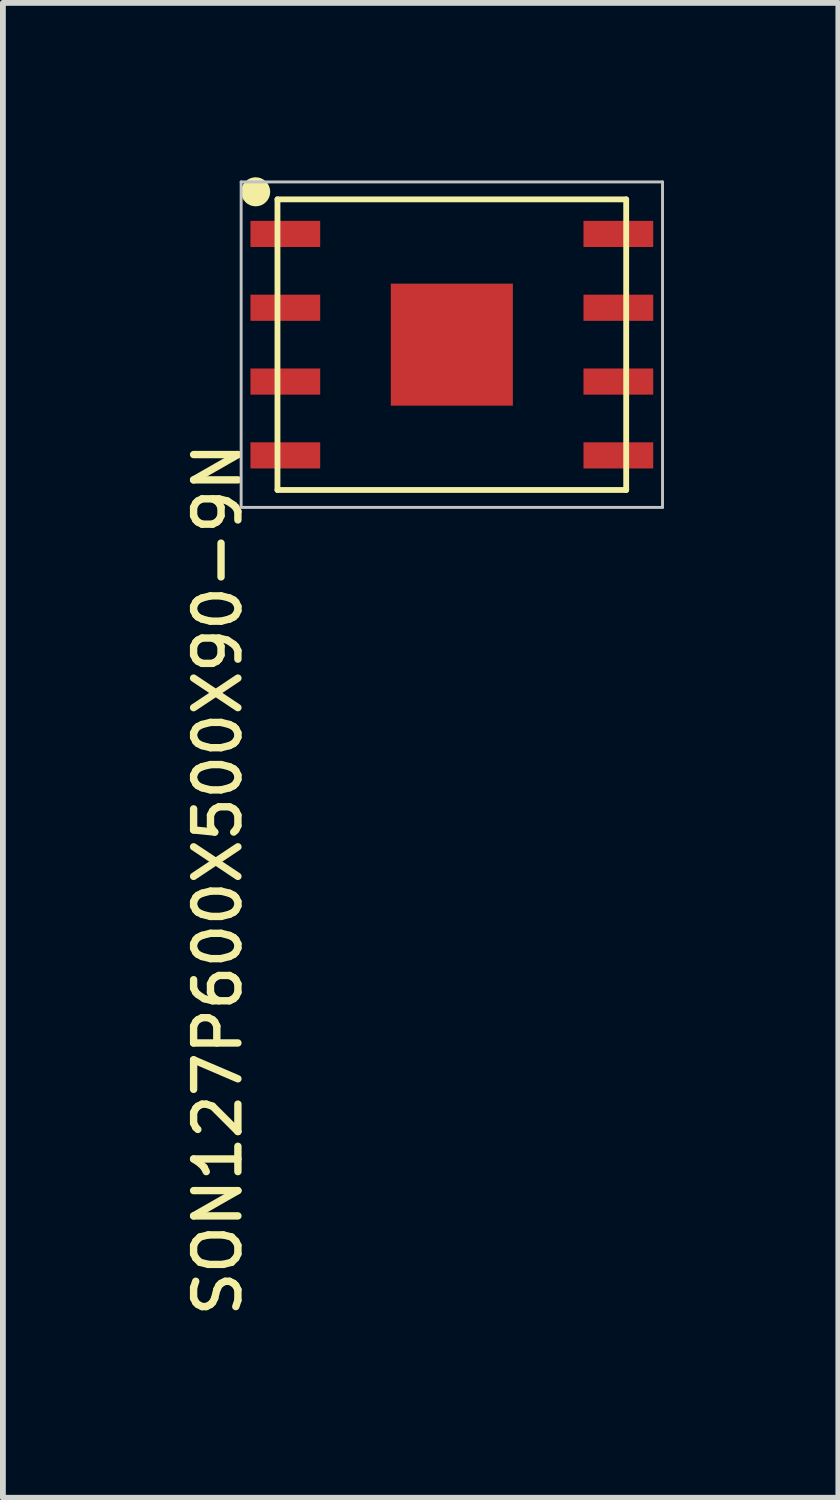
<source format=kicad_pcb>
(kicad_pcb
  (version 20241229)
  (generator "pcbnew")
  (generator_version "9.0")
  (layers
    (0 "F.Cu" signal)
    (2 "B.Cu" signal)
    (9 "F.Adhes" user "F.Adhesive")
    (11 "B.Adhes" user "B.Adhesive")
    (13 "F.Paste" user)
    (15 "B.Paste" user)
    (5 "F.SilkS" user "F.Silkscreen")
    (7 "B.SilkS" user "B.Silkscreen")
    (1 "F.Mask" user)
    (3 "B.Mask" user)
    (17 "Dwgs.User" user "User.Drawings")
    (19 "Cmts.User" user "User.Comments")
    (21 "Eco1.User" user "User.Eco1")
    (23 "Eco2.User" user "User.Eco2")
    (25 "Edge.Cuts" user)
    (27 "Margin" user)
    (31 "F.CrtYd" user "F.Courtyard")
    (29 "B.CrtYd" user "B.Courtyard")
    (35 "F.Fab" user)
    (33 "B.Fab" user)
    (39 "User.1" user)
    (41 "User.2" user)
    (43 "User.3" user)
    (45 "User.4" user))
  (footprint "SON127P600X500X90-9N"
    (layer "F.Cu")
    (at 4.724 2.88)
    (property "Reference" "SON127P600X500X90-9N" (at -3.581 1.626 270) (layer "F.SilkS") (effects (font (size 0.762 0.762) (thickness 0.127)) (justify right bottom)))
    (attr through_hole)
    (fp_line (start -3 -2.5) (end 3 -2.5) (stroke (width 0.1) (type solid)) (layer "F.SilkS"))
    (fp_line (start -3 2.5) (end -3 -2.5) (stroke (width 0.1) (type solid)) (layer "F.SilkS"))
    (fp_line (start 3 -2.5) (end 3 2.5) (stroke (width 0.1) (type solid)) (layer "F.SilkS"))
    (fp_line (start 3 2.5) (end -3 2.5) (stroke (width 0.1) (type solid)) (layer "F.SilkS"))
    (fp_circle (center -3.375 -2.63) (end -3.25 -2.63) (stroke (width 0.25) (type solid)) (fill no) (layer "F.SilkS"))
    (fp_line (start -3.625 -2.8) (end 3.625 -2.8) (stroke (width 0.05) (type solid)) (layer "Dwgs.User"))
    (fp_line (start -3.625 2.8) (end -3.625 -2.8) (stroke (width 0.05) (type solid)) (layer "Dwgs.User"))
    (fp_line (start 3.625 -2.8) (end 3.625 2.8) (stroke (width 0.05) (type solid)) (layer "Dwgs.User"))
    (fp_line (start 3.625 2.8) (end -3.625 2.8) (stroke (width 0.05) (type solid)) (layer "Dwgs.User"))
    (pad "1" smd rect (at -2.865 -1.905) (size 1.2 0.45) (layers "F.Cu" "F.Mask" "F.Paste"))
    (pad "2" smd rect (at -2.865 -0.635) (size 1.2 0.45) (layers "F.Cu" "F.Mask" "F.Paste"))
    (pad "3" smd rect (at -2.865 0.635) (size 1.2 0.45) (layers "F.Cu" "F.Mask" "F.Paste"))
    (pad "4" smd rect (at -2.865 1.905) (size 1.2 0.45) (layers "F.Cu" "F.Mask" "F.Paste"))
    (pad "5" smd rect (at 2.865 1.905) (size 1.2 0.45) (layers "F.Cu" "F.Mask" "F.Paste"))
    (pad "6" smd rect (at 2.865 0.635) (size 1.2 0.45) (layers "F.Cu" "F.Mask" "F.Paste"))
    (pad "7" smd rect (at 2.865 -0.635) (size 1.2 0.45) (layers "F.Cu" "F.Mask" "F.Paste"))
    (pad "8" smd rect (at 2.865 -1.905) (size 1.2 0.45) (layers "F.Cu" "F.Mask" "F.Paste"))
    (pad "9" smd rect (at 0 0 90) (size 2.1 2.1) (layers "F.Cu" "F.Mask" "F.Paste")))
  (gr_rect
    (start -3 -3)
    (end 11.374 22.72)
    (stroke (width 0.1) (type default))
    (fill no)
    (layer "Edge.Cuts")))
</source>
